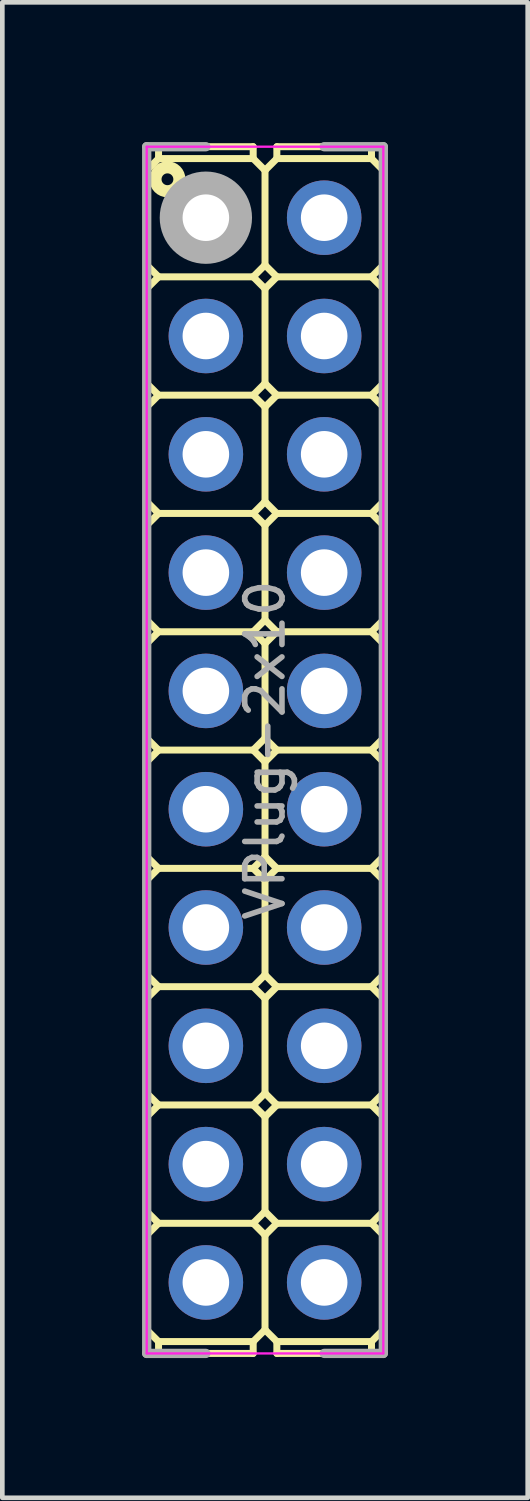
<source format=kicad_pcb>
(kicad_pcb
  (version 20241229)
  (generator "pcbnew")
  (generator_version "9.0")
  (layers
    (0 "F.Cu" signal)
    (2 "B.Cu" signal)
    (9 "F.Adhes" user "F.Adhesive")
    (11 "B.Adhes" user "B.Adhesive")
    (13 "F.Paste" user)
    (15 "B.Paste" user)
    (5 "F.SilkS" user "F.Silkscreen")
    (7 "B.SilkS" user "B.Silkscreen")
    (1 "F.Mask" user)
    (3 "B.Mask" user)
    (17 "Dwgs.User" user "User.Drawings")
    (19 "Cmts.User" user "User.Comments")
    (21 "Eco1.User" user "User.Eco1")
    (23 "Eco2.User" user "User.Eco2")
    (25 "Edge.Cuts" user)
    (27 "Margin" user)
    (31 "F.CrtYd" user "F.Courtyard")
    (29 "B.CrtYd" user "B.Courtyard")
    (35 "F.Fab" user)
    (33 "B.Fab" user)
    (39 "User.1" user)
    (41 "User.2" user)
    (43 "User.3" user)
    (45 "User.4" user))
  (footprint "VPlug-2x10"
    (layer "F.Cu")
    (at 2.64 13.054)
    (property "Reference" "VPlug-2x10" (at 0 0 270) (layer "F.Fab") (effects (font (size 0.8 0.8) (thickness 0.12))))
    (attr through_hole)
    (fp_line (start -2.54 -12.446) (end -2.54 -10.414) (stroke (width 0.15) (type solid)) (layer "F.SilkS"))
    (fp_line (start -2.54 -12.446) (end -2.286 -12.7) (stroke (width 0.15) (type solid)) (layer "F.SilkS"))
    (fp_line (start -2.54 -10.414) (end -2.286 -10.16) (stroke (width 0.15) (type solid)) (layer "F.SilkS"))
    (fp_line (start -2.54 -9.906) (end -2.54 -7.874) (stroke (width 0.15) (type solid)) (layer "F.SilkS"))
    (fp_line (start -2.54 -7.874) (end -2.286 -7.62) (stroke (width 0.15) (type solid)) (layer "F.SilkS"))
    (fp_line (start -2.54 -7.366) (end -2.54 -5.334) (stroke (width 0.15) (type solid)) (layer "F.SilkS"))
    (fp_line (start -2.54 -5.334) (end -2.286 -5.08) (stroke (width 0.15) (type solid)) (layer "F.SilkS"))
    (fp_line (start -2.54 -4.826) (end -2.54 -2.794) (stroke (width 0.15) (type solid)) (layer "F.SilkS"))
    (fp_line (start -2.54 -2.794) (end -2.286 -2.54) (stroke (width 0.15) (type solid)) (layer "F.SilkS"))
    (fp_line (start -2.54 -2.286) (end -2.54 -0.254) (stroke (width 0.15) (type solid)) (layer "F.SilkS"))
    (fp_line (start -2.54 -0.254) (end -2.286 0) (stroke (width 0.15) (type solid)) (layer "F.SilkS"))
    (fp_line (start -2.54 0.254) (end -2.54 2.286) (stroke (width 0.15) (type solid)) (layer "F.SilkS"))
    (fp_line (start -2.54 2.286) (end -2.286 2.54) (stroke (width 0.15) (type solid)) (layer "F.SilkS"))
    (fp_line (start -2.54 2.794) (end -2.54 4.826) (stroke (width 0.15) (type solid)) (layer "F.SilkS"))
    (fp_line (start -2.54 4.826) (end -2.286 5.08) (stroke (width 0.15) (type solid)) (layer "F.SilkS"))
    (fp_line (start -2.54 5.334) (end -2.54 7.366) (stroke (width 0.15) (type solid)) (layer "F.SilkS"))
    (fp_line (start -2.54 7.366) (end -2.286 7.62) (stroke (width 0.15) (type solid)) (layer "F.SilkS"))
    (fp_line (start -2.54 7.874) (end -2.54 9.906) (stroke (width 0.15) (type solid)) (layer "F.SilkS"))
    (fp_line (start -2.54 9.906) (end -2.286 10.16) (stroke (width 0.15) (type solid)) (layer "F.SilkS"))
    (fp_line (start -2.54 10.414) (end -2.54 12.446) (stroke (width 0.15) (type solid)) (layer "F.SilkS"))
    (fp_line (start -2.54 12.446) (end -2.286 12.7) (stroke (width 0.15) (type solid)) (layer "F.SilkS"))
    (fp_line (start -2.286 -12.954) (end -0.254 -12.954) (stroke (width 0.15) (type solid)) (layer "F.SilkS"))
    (fp_line (start -2.286 -12.7) (end -2.286 -12.954) (stroke (width 0.15) (type solid)) (layer "F.SilkS"))
    (fp_line (start -2.286 -12.7) (end -0.254 -12.7) (stroke (width 0.15) (type solid)) (layer "F.SilkS"))
    (fp_line (start -2.286 -10.16) (end -2.54 -9.906) (stroke (width 0.15) (type solid)) (layer "F.SilkS"))
    (fp_line (start -2.286 -7.62) (end -2.54 -7.366) (stroke (width 0.15) (type solid)) (layer "F.SilkS"))
    (fp_line (start -2.286 -7.62) (end -0.254 -7.62) (stroke (width 0.15) (type solid)) (layer "F.SilkS"))
    (fp_line (start -2.286 -5.08) (end -2.54 -4.826) (stroke (width 0.15) (type solid)) (layer "F.SilkS"))
    (fp_line (start -2.286 -2.54) (end -2.54 -2.286) (stroke (width 0.15) (type solid)) (layer "F.SilkS"))
    (fp_line (start -2.286 0) (end -2.54 0.254) (stroke (width 0.15) (type solid)) (layer "F.SilkS"))
    (fp_line (start -2.286 2.54) (end -2.54 2.794) (stroke (width 0.15) (type solid)) (layer "F.SilkS"))
    (fp_line (start -2.286 5.08) (end -2.54 5.334) (stroke (width 0.15) (type solid)) (layer "F.SilkS"))
    (fp_line (start -2.286 7.62) (end -2.54 7.874) (stroke (width 0.15) (type solid)) (layer "F.SilkS"))
    (fp_line (start -2.286 10.16) (end -2.54 10.414) (stroke (width 0.15) (type solid)) (layer "F.SilkS"))
    (fp_line (start -2.286 12.7) (end -2.286 12.954) (stroke (width 0.15) (type solid)) (layer "F.SilkS"))
    (fp_line (start -2.286 12.7) (end -0.254 12.7) (stroke (width 0.15) (type solid)) (layer "F.SilkS"))
    (fp_line (start -2.286 12.954) (end -0.254 12.954) (stroke (width 0.15) (type solid)) (layer "F.SilkS"))
    (fp_line (start -0.254 -12.954) (end -0.254 -12.7) (stroke (width 0.15) (type solid)) (layer "F.SilkS"))
    (fp_line (start -0.254 -12.7) (end 0 -12.446) (stroke (width 0.15) (type solid)) (layer "F.SilkS"))
    (fp_line (start -0.254 -10.16) (end -2.286 -10.16) (stroke (width 0.15) (type solid)) (layer "F.SilkS"))
    (fp_line (start -0.254 -7.62) (end 0 -7.874) (stroke (width 0.15) (type solid)) (layer "F.SilkS"))
    (fp_line (start -0.254 -5.08) (end -2.286 -5.08) (stroke (width 0.15) (type solid)) (layer "F.SilkS"))
    (fp_line (start -0.254 -5.08) (end 0 -5.334) (stroke (width 0.15) (type solid)) (layer "F.SilkS"))
    (fp_line (start -0.254 -2.54) (end -2.286 -2.54) (stroke (width 0.15) (type solid)) (layer "F.SilkS"))
    (fp_line (start -0.254 -2.54) (end 0 -2.794) (stroke (width 0.15) (type solid)) (layer "F.SilkS"))
    (fp_line (start -0.254 0) (end -2.286 0) (stroke (width 0.15) (type solid)) (layer "F.SilkS"))
    (fp_line (start -0.254 0) (end 0 -0.254) (stroke (width 0.15) (type solid)) (layer "F.SilkS"))
    (fp_line (start -0.254 2.54) (end -2.286 2.54) (stroke (width 0.15) (type solid)) (layer "F.SilkS"))
    (fp_line (start -0.254 2.54) (end 0 2.286) (stroke (width 0.15) (type solid)) (layer "F.SilkS"))
    (fp_line (start -0.254 5.08) (end -2.286 5.08) (stroke (width 0.15) (type solid)) (layer "F.SilkS"))
    (fp_line (start -0.254 5.08) (end 0 4.826) (stroke (width 0.15) (type solid)) (layer "F.SilkS"))
    (fp_line (start -0.254 7.62) (end -2.286 7.62) (stroke (width 0.15) (type solid)) (layer "F.SilkS"))
    (fp_line (start -0.254 7.62) (end 0 7.366) (stroke (width 0.15) (type solid)) (layer "F.SilkS"))
    (fp_line (start -0.254 10.16) (end -2.286 10.16) (stroke (width 0.15) (type solid)) (layer "F.SilkS"))
    (fp_line (start -0.254 10.16) (end 0 9.906) (stroke (width 0.15) (type solid)) (layer "F.SilkS"))
    (fp_line (start -0.254 12.7) (end 0 12.446) (stroke (width 0.15) (type solid)) (layer "F.SilkS"))
    (fp_line (start -0.254 12.954) (end -0.254 12.7) (stroke (width 0.15) (type solid)) (layer "F.SilkS"))
    (fp_line (start 0 -12.446) (end 0 -10.414) (stroke (width 0.15) (type solid)) (layer "F.SilkS"))
    (fp_line (start 0 -12.446) (end 0.254 -12.7) (stroke (width 0.15) (type solid)) (layer "F.SilkS"))
    (fp_line (start 0 -10.414) (end -0.254 -10.16) (stroke (width 0.15) (type solid)) (layer "F.SilkS"))
    (fp_line (start 0 -10.414) (end 0.254 -10.16) (stroke (width 0.15) (type solid)) (layer "F.SilkS"))
    (fp_line (start 0 -9.906) (end -0.254 -10.16) (stroke (width 0.15) (type solid)) (layer "F.SilkS"))
    (fp_line (start 0 -7.874) (end 0 -9.906) (stroke (width 0.15) (type solid)) (layer "F.SilkS"))
    (fp_line (start 0 -7.874) (end 0.254 -7.62) (stroke (width 0.15) (type solid)) (layer "F.SilkS"))
    (fp_line (start 0 -7.366) (end -0.254 -7.62) (stroke (width 0.15) (type solid)) (layer "F.SilkS"))
    (fp_line (start 0 -5.334) (end 0 -7.366) (stroke (width 0.15) (type solid)) (layer "F.SilkS"))
    (fp_line (start 0 -5.334) (end 0.254 -5.08) (stroke (width 0.15) (type solid)) (layer "F.SilkS"))
    (fp_line (start 0 -4.826) (end -0.254 -5.08) (stroke (width 0.15) (type solid)) (layer "F.SilkS"))
    (fp_line (start 0 -2.794) (end 0 -4.826) (stroke (width 0.15) (type solid)) (layer "F.SilkS"))
    (fp_line (start 0 -2.794) (end 0.254 -2.54) (stroke (width 0.15) (type solid)) (layer "F.SilkS"))
    (fp_line (start 0 -2.286) (end -0.254 -2.54) (stroke (width 0.15) (type solid)) (layer "F.SilkS"))
    (fp_line (start 0 -0.254) (end 0 -2.286) (stroke (width 0.15) (type solid)) (layer "F.SilkS"))
    (fp_line (start 0 -0.254) (end 0.254 0) (stroke (width 0.15) (type solid)) (layer "F.SilkS"))
    (fp_line (start 0 0.254) (end -0.254 0) (stroke (width 0.15) (type solid)) (layer "F.SilkS"))
    (fp_line (start 0 2.286) (end 0 0.254) (stroke (width 0.15) (type solid)) (layer "F.SilkS"))
    (fp_line (start 0 2.286) (end 0.254 2.54) (stroke (width 0.15) (type solid)) (layer "F.SilkS"))
    (fp_line (start 0 2.794) (end -0.254 2.54) (stroke (width 0.15) (type solid)) (layer "F.SilkS"))
    (fp_line (start 0 4.826) (end 0 2.794) (stroke (width 0.15) (type solid)) (layer "F.SilkS"))
    (fp_line (start 0 4.826) (end 0.254 5.08) (stroke (width 0.15) (type solid)) (layer "F.SilkS"))
    (fp_line (start 0 5.334) (end -0.254 5.08) (stroke (width 0.15) (type solid)) (layer "F.SilkS"))
    (fp_line (start 0 7.366) (end 0 5.334) (stroke (width 0.15) (type solid)) (layer "F.SilkS"))
    (fp_line (start 0 7.366) (end 0.254 7.62) (stroke (width 0.15) (type solid)) (layer "F.SilkS"))
    (fp_line (start 0 7.874) (end -0.254 7.62) (stroke (width 0.15) (type solid)) (layer "F.SilkS"))
    (fp_line (start 0 9.906) (end 0 7.874) (stroke (width 0.15) (type solid)) (layer "F.SilkS"))
    (fp_line (start 0 9.906) (end 0.254 10.16) (stroke (width 0.15) (type solid)) (layer "F.SilkS"))
    (fp_line (start 0 10.414) (end -0.254 10.16) (stroke (width 0.15) (type solid)) (layer "F.SilkS"))
    (fp_line (start 0 12.446) (end 0 10.414) (stroke (width 0.15) (type solid)) (layer "F.SilkS"))
    (fp_line (start 0 12.446) (end 0.254 12.7) (stroke (width 0.15) (type solid)) (layer "F.SilkS"))
    (fp_line (start 0.254 -12.954) (end 2.286 -12.954) (stroke (width 0.15) (type solid)) (layer "F.SilkS"))
    (fp_line (start 0.254 -12.7) (end 0.254 -12.954) (stroke (width 0.15) (type solid)) (layer "F.SilkS"))
    (fp_line (start 0.254 -12.7) (end 2.286 -12.7) (stroke (width 0.15) (type solid)) (layer "F.SilkS"))
    (fp_line (start 0.254 -10.16) (end 0 -9.906) (stroke (width 0.15) (type solid)) (layer "F.SilkS"))
    (fp_line (start 0.254 -7.62) (end 0 -7.366) (stroke (width 0.15) (type solid)) (layer "F.SilkS"))
    (fp_line (start 0.254 -7.62) (end 2.286 -7.62) (stroke (width 0.15) (type solid)) (layer "F.SilkS"))
    (fp_line (start 0.254 -5.08) (end 0 -4.826) (stroke (width 0.15) (type solid)) (layer "F.SilkS"))
    (fp_line (start 0.254 -2.54) (end 0 -2.286) (stroke (width 0.15) (type solid)) (layer "F.SilkS"))
    (fp_line (start 0.254 0) (end 0 0.254) (stroke (width 0.15) (type solid)) (layer "F.SilkS"))
    (fp_line (start 0.254 2.54) (end 0 2.794) (stroke (width 0.15) (type solid)) (layer "F.SilkS"))
    (fp_line (start 0.254 5.08) (end 0 5.334) (stroke (width 0.15) (type solid)) (layer "F.SilkS"))
    (fp_line (start 0.254 7.62) (end 0 7.874) (stroke (width 0.15) (type solid)) (layer "F.SilkS"))
    (fp_line (start 0.254 10.16) (end 0 10.414) (stroke (width 0.15) (type solid)) (layer "F.SilkS"))
    (fp_line (start 0.254 12.7) (end 0.254 12.954) (stroke (width 0.15) (type solid)) (layer "F.SilkS"))
    (fp_line (start 0.254 12.7) (end 2.286 12.7) (stroke (width 0.15) (type solid)) (layer "F.SilkS"))
    (fp_line (start 0.254 12.954) (end 2.286 12.954) (stroke (width 0.15) (type solid)) (layer "F.SilkS"))
    (fp_line (start 2.286 -12.954) (end 2.286 -12.7) (stroke (width 0.15) (type solid)) (layer "F.SilkS"))
    (fp_line (start 2.286 -12.7) (end 2.54 -12.446) (stroke (width 0.15) (type solid)) (layer "F.SilkS"))
    (fp_line (start 2.286 -10.16) (end 0.254 -10.16) (stroke (width 0.15) (type solid)) (layer "F.SilkS"))
    (fp_line (start 2.286 -7.62) (end 2.54 -7.874) (stroke (width 0.15) (type solid)) (layer "F.SilkS"))
    (fp_line (start 2.286 -5.08) (end 0.254 -5.08) (stroke (width 0.15) (type solid)) (layer "F.SilkS"))
    (fp_line (start 2.286 -5.08) (end 2.54 -5.334) (stroke (width 0.15) (type solid)) (layer "F.SilkS"))
    (fp_line (start 2.286 -2.54) (end 0.254 -2.54) (stroke (width 0.15) (type solid)) (layer "F.SilkS"))
    (fp_line (start 2.286 -2.54) (end 2.54 -2.794) (stroke (width 0.15) (type solid)) (layer "F.SilkS"))
    (fp_line (start 2.286 0) (end 0.254 0) (stroke (width 0.15) (type solid)) (layer "F.SilkS"))
    (fp_line (start 2.286 0) (end 2.54 -0.254) (stroke (width 0.15) (type solid)) (layer "F.SilkS"))
    (fp_line (start 2.286 2.54) (end 0.254 2.54) (stroke (width 0.15) (type solid)) (layer "F.SilkS"))
    (fp_line (start 2.286 2.54) (end 2.54 2.286) (stroke (width 0.15) (type solid)) (layer "F.SilkS"))
    (fp_line (start 2.286 5.08) (end 0.254 5.08) (stroke (width 0.15) (type solid)) (layer "F.SilkS"))
    (fp_line (start 2.286 5.08) (end 2.54 4.826) (stroke (width 0.15) (type solid)) (layer "F.SilkS"))
    (fp_line (start 2.286 7.62) (end 0.254 7.62) (stroke (width 0.15) (type solid)) (layer "F.SilkS"))
    (fp_line (start 2.286 7.62) (end 2.54 7.366) (stroke (width 0.15) (type solid)) (layer "F.SilkS"))
    (fp_line (start 2.286 10.16) (end 0.254 10.16) (stroke (width 0.15) (type solid)) (layer "F.SilkS"))
    (fp_line (start 2.286 10.16) (end 2.54 9.906) (stroke (width 0.15) (type solid)) (layer "F.SilkS"))
    (fp_line (start 2.286 12.7) (end 2.54 12.446) (stroke (width 0.15) (type solid)) (layer "F.SilkS"))
    (fp_line (start 2.286 12.954) (end 2.286 12.7) (stroke (width 0.15) (type solid)) (layer "F.SilkS"))
    (fp_line (start 2.54 -12.446) (end 2.54 -10.414) (stroke (width 0.15) (type solid)) (layer "F.SilkS"))
    (fp_line (start 2.54 -10.414) (end 2.286 -10.16) (stroke (width 0.15) (type solid)) (layer "F.SilkS"))
    (fp_line (start 2.54 -9.906) (end 2.286 -10.16) (stroke (width 0.15) (type solid)) (layer "F.SilkS"))
    (fp_line (start 2.54 -7.874) (end 2.54 -9.906) (stroke (width 0.15) (type solid)) (layer "F.SilkS"))
    (fp_line (start 2.54 -7.366) (end 2.286 -7.62) (stroke (width 0.15) (type solid)) (layer "F.SilkS"))
    (fp_line (start 2.54 -5.334) (end 2.54 -7.366) (stroke (width 0.15) (type solid)) (layer "F.SilkS"))
    (fp_line (start 2.54 -4.826) (end 2.286 -5.08) (stroke (width 0.15) (type solid)) (layer "F.SilkS"))
    (fp_line (start 2.54 -2.794) (end 2.54 -4.826) (stroke (width 0.15) (type solid)) (layer "F.SilkS"))
    (fp_line (start 2.54 -2.286) (end 2.286 -2.54) (stroke (width 0.15) (type solid)) (layer "F.SilkS"))
    (fp_line (start 2.54 -0.254) (end 2.54 -2.286) (stroke (width 0.15) (type solid)) (layer "F.SilkS"))
    (fp_line (start 2.54 0.254) (end 2.286 0) (stroke (width 0.15) (type solid)) (layer "F.SilkS"))
    (fp_line (start 2.54 2.286) (end 2.54 0.254) (stroke (width 0.15) (type solid)) (layer "F.SilkS"))
    (fp_line (start 2.54 2.794) (end 2.286 2.54) (stroke (width 0.15) (type solid)) (layer "F.SilkS"))
    (fp_line (start 2.54 4.826) (end 2.54 2.794) (stroke (width 0.15) (type solid)) (layer "F.SilkS"))
    (fp_line (start 2.54 5.334) (end 2.286 5.08) (stroke (width 0.15) (type solid)) (layer "F.SilkS"))
    (fp_line (start 2.54 7.366) (end 2.54 5.334) (stroke (width 0.15) (type solid)) (layer "F.SilkS"))
    (fp_line (start 2.54 7.874) (end 2.286 7.62) (stroke (width 0.15) (type solid)) (layer "F.SilkS"))
    (fp_line (start 2.54 9.906) (end 2.54 7.874) (stroke (width 0.15) (type solid)) (layer "F.SilkS"))
    (fp_line (start 2.54 10.414) (end 2.286 10.16) (stroke (width 0.15) (type solid)) (layer "F.SilkS"))
    (fp_line (start 2.54 12.446) (end 2.54 10.414) (stroke (width 0.15) (type solid)) (layer "F.SilkS"))
    (fp_circle (center -2.095 -12.255) (end -1.968 -12.255) (stroke (width 0.26) (type solid)) (fill no) (layer "F.SilkS"))
    (fp_line (start -2.54 -12.954) (end 2.54 -12.954) (stroke (width 0.05) (type solid)) (layer "F.CrtYd"))
    (fp_line (start -2.54 12.954) (end -2.54 -12.954) (stroke (width 0.05) (type solid)) (layer "F.CrtYd"))
    (fp_line (start 2.54 -12.954) (end 2.54 12.954) (stroke (width 0.05) (type solid)) (layer "F.CrtYd"))
    (fp_line (start 2.54 12.954) (end -2.54 12.954) (stroke (width 0.05) (type solid)) (layer "F.CrtYd"))
    (fp_line (start -2.54 -12.954) (end -2.54 12.954) (stroke (width 0.2) (type solid)) (layer "F.Fab"))
    (fp_line (start -2.54 -12.954) (end -1.27 -12.954) (stroke (width 0.2) (type solid)) (layer "F.Fab"))
    (fp_line (start -2.54 12.954) (end -1.27 12.954) (stroke (width 0.2) (type solid)) (layer "F.Fab"))
    (fp_line (start 1.27 -12.954) (end 2.54 -12.954) (stroke (width 0.2) (type solid)) (layer "F.Fab"))
    (fp_line (start 1.27 12.954) (end 2.54 12.954) (stroke (width 0.2) (type solid)) (layer "F.Fab"))
    (fp_line (start 2.54 12.954) (end 2.54 -12.954) (stroke (width 0.2) (type solid)) (layer "F.Fab"))
    (fp_circle (center -1.27 -11.43) (end -1.27 -11.239) (stroke (width 0.8) (type solid)) (fill no) (layer "F.Fab"))
    (pad "1" thru_hole circle (at -1.27 -11.43) (size 1.6 1.6) (drill 1) (layers "*.Cu" "*.Mask"))
    (pad "2" thru_hole circle (at 1.27 -11.43) (size 1.6 1.6) (drill 1) (layers "*.Cu" "*.Mask"))
    (pad "3" thru_hole circle (at -1.27 -8.89) (size 1.6 1.6) (drill 1) (layers "*.Cu" "*.Mask"))
    (pad "4" thru_hole circle (at 1.27 -8.89) (size 1.6 1.6) (drill 1) (layers "*.Cu" "*.Mask"))
    (pad "5" thru_hole circle (at -1.27 -6.35) (size 1.6 1.6) (drill 1) (layers "*.Cu" "*.Mask"))
    (pad "6" thru_hole circle (at 1.27 -6.35) (size 1.6 1.6) (drill 1) (layers "*.Cu" "*.Mask"))
    (pad "7" thru_hole circle (at -1.27 -3.81) (size 1.6 1.6) (drill 1) (layers "*.Cu" "*.Mask"))
    (pad "8" thru_hole circle (at 1.27 -3.81) (size 1.6 1.6) (drill 1) (layers "*.Cu" "*.Mask"))
    (pad "9" thru_hole circle (at -1.27 -1.27) (size 1.6 1.6) (drill 1) (layers "*.Cu" "*.Mask"))
    (pad "10" thru_hole circle (at 1.27 -1.27) (size 1.6 1.6) (drill 1) (layers "*.Cu" "*.Mask"))
    (pad "11" thru_hole circle (at -1.27 1.27) (size 1.6 1.6) (drill 1) (layers "*.Cu" "*.Mask"))
    (pad "12" thru_hole circle (at 1.27 1.27) (size 1.6 1.6) (drill 1) (layers "*.Cu" "*.Mask"))
    (pad "13" thru_hole circle (at -1.27 3.81) (size 1.6 1.6) (drill 1) (layers "*.Cu" "*.Mask"))
    (pad "14" thru_hole circle (at 1.27 3.81) (size 1.6 1.6) (drill 1) (layers "*.Cu" "*.Mask"))
    (pad "15" thru_hole circle (at -1.27 6.35) (size 1.6 1.6) (drill 1) (layers "*.Cu" "*.Mask"))
    (pad "16" thru_hole circle (at 1.27 6.35) (size 1.6 1.6) (drill 1) (layers "*.Cu" "*.Mask"))
    (pad "17" thru_hole circle (at -1.27 8.89) (size 1.6 1.6) (drill 1) (layers "*.Cu" "*.Mask"))
    (pad "18" thru_hole circle (at 1.27 8.89) (size 1.6 1.6) (drill 1) (layers "*.Cu" "*.Mask"))
    (pad "19" thru_hole circle (at -1.27 11.43) (size 1.6 1.6) (drill 1) (layers "*.Cu" "*.Mask"))
    (pad "20" thru_hole circle (at 1.27 11.43) (size 1.6 1.6) (drill 1) (layers "*.Cu" "*.Mask")))
  (gr_rect
    (start -3 -3)
    (end 8.28 29.108)
    (stroke (width 0.1) (type default))
    (fill no)
    (layer "Edge.Cuts")))
</source>
